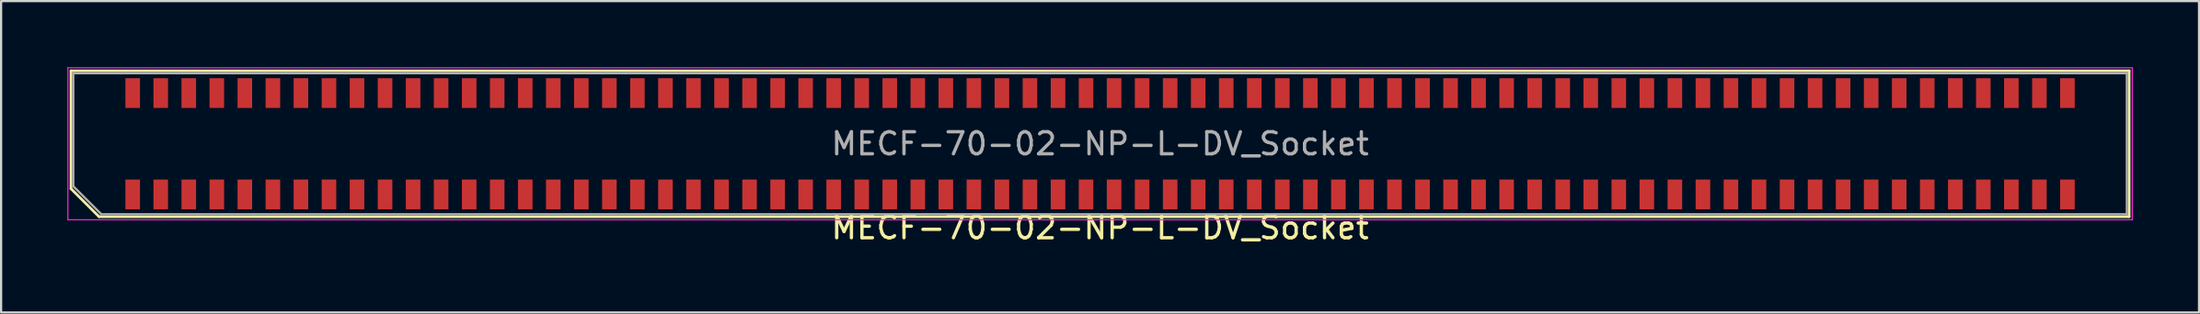
<source format=kicad_pcb>
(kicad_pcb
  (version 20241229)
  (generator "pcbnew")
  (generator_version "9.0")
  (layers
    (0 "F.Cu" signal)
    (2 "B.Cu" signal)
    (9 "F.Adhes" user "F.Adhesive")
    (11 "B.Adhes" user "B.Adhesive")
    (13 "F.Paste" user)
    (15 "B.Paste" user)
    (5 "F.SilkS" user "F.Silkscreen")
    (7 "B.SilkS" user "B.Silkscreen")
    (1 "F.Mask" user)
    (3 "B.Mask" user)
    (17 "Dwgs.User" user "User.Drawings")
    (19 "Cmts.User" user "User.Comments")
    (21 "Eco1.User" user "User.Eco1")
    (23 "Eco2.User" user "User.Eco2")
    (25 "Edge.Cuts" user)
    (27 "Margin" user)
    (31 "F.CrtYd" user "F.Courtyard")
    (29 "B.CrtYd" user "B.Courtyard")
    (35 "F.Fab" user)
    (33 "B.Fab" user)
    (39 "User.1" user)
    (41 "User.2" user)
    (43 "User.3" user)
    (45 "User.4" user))
  (footprint "MECF-70-02-NP-L-DV_Socket"
    (layer "F.Cu")
    (at 46.775 3.475)
    (property "Reference" "MECF-70-02-NP-L-DV_Socket" (at 0 3.81 0) (layer "F.SilkS") (effects (font (size 1 1) (thickness 0.15))))
    (attr smd)
    (fp_line (start -46.61 -3.31) (end 46.61 -3.31) (stroke (width 0.12) (type solid)) (layer "F.SilkS"))
    (fp_line (start -46.61 2.04) (end -46.61 -3.31) (stroke (width 0.12) (type solid)) (layer "F.SilkS"))
    (fp_line (start -45.34 3.31) (end -46.61 2.04) (stroke (width 0.12) (type solid)) (layer "F.SilkS"))
    (fp_line (start -45.34 3.31) (end 46.61 3.31) (stroke (width 0.12) (type solid)) (layer "F.SilkS"))
    (fp_line (start 46.61 3.31) (end 46.61 -3.31) (stroke (width 0.12) (type solid)) (layer "F.SilkS"))
    (fp_line (start -46.75 -3.45) (end -46.75 3.45) (stroke (width 0.05) (type solid)) (layer "F.CrtYd"))
    (fp_line (start -46.75 3.45) (end 46.75 3.45) (stroke (width 0.05) (type solid)) (layer "F.CrtYd"))
    (fp_line (start 46.75 -3.45) (end -46.75 -3.45) (stroke (width 0.05) (type solid)) (layer "F.CrtYd"))
    (fp_line (start 46.75 3.45) (end 46.75 -3.45) (stroke (width 0.05) (type solid)) (layer "F.CrtYd"))
    (fp_line (start -46.505 -3.2) (end 46.505 -3.2) (stroke (width 0.1) (type solid)) (layer "F.Fab"))
    (fp_line (start -46.505 1.93) (end -46.505 -3.2) (stroke (width 0.1) (type solid)) (layer "F.Fab"))
    (fp_line (start -46.505 1.93) (end -45.235 3.2) (stroke (width 0.1) (type solid)) (layer "F.Fab"))
    (fp_line (start -45.235 3.2) (end 46.505 3.2) (stroke (width 0.1) (type solid)) (layer "F.Fab"))
    (fp_line (start 46.505 3.2) (end 46.505 -3.2) (stroke (width 0.1) (type solid)) (layer "F.Fab"))
    (fp_text user "${REFERENCE}" (at 0 0 0) (layer "F.Fab") (effects (font (size 1 1) (thickness 0.15))))
    (pad "" np_thru_hole circle (at -45.595 0) (size 0.001 0.001) (drill 1.45) (layers "*.Cu" "*.Mask"))
    (pad "" np_thru_hole circle (at 45.595 1) (size 0.001 0.001) (drill 1.45) (layers "*.Cu" "*.Mask"))
    (pad "1" smd rect (at -43.815 2.3) (size 0.66 1.35) (layers "F.Cu" "F.Mask" "F.Paste"))
    (pad "2" smd rect (at -43.815 -2.3) (size 0.66 1.35) (layers "F.Cu" "F.Mask" "F.Paste"))
    (pad "3" smd rect (at -42.545 2.3) (size 0.66 1.35) (layers "F.Cu" "F.Mask" "F.Paste"))
    (pad "4" smd rect (at -42.545 -2.3) (size 0.66 1.35) (layers "F.Cu" "F.Mask" "F.Paste"))
    (pad "5" smd rect (at -41.275 2.3) (size 0.66 1.35) (layers "F.Cu" "F.Mask" "F.Paste"))
    (pad "6" smd rect (at -41.275 -2.3) (size 0.66 1.35) (layers "F.Cu" "F.Mask" "F.Paste"))
    (pad "7" smd rect (at -40.005 2.3) (size 0.66 1.35) (layers "F.Cu" "F.Mask" "F.Paste"))
    (pad "8" smd rect (at -40.005 -2.3) (size 0.66 1.35) (layers "F.Cu" "F.Mask" "F.Paste"))
    (pad "9" smd rect (at -38.735 2.3) (size 0.66 1.35) (layers "F.Cu" "F.Mask" "F.Paste"))
    (pad "10" smd rect (at -38.735 -2.3) (size 0.66 1.35) (layers "F.Cu" "F.Mask" "F.Paste"))
    (pad "11" smd rect (at -37.465 2.3) (size 0.66 1.35) (layers "F.Cu" "F.Mask" "F.Paste"))
    (pad "12" smd rect (at -37.465 -2.3) (size 0.66 1.35) (layers "F.Cu" "F.Mask" "F.Paste"))
    (pad "13" smd rect (at -36.195 2.3) (size 0.66 1.35) (layers "F.Cu" "F.Mask" "F.Paste"))
    (pad "14" smd rect (at -36.195 -2.3) (size 0.66 1.35) (layers "F.Cu" "F.Mask" "F.Paste"))
    (pad "15" smd rect (at -34.925 2.3) (size 0.66 1.35) (layers "F.Cu" "F.Mask" "F.Paste"))
    (pad "16" smd rect (at -34.925 -2.3) (size 0.66 1.35) (layers "F.Cu" "F.Mask" "F.Paste"))
    (pad "17" smd rect (at -33.655 2.3) (size 0.66 1.35) (layers "F.Cu" "F.Mask" "F.Paste"))
    (pad "18" smd rect (at -33.655 -2.3) (size 0.66 1.35) (layers "F.Cu" "F.Mask" "F.Paste"))
    (pad "19" smd rect (at -32.385 2.3) (size 0.66 1.35) (layers "F.Cu" "F.Mask" "F.Paste"))
    (pad "20" smd rect (at -32.385 -2.3) (size 0.66 1.35) (layers "F.Cu" "F.Mask" "F.Paste"))
    (pad "21" smd rect (at -31.115 2.3) (size 0.66 1.35) (layers "F.Cu" "F.Mask" "F.Paste"))
    (pad "22" smd rect (at -31.115 -2.3) (size 0.66 1.35) (layers "F.Cu" "F.Mask" "F.Paste"))
    (pad "23" smd rect (at -29.845 2.3) (size 0.66 1.35) (layers "F.Cu" "F.Mask" "F.Paste"))
    (pad "24" smd rect (at -29.845 -2.3) (size 0.66 1.35) (layers "F.Cu" "F.Mask" "F.Paste"))
    (pad "25" smd rect (at -28.575 2.3) (size 0.66 1.35) (layers "F.Cu" "F.Mask" "F.Paste"))
    (pad "26" smd rect (at -28.575 -2.3) (size 0.66 1.35) (layers "F.Cu" "F.Mask" "F.Paste"))
    (pad "27" smd rect (at -27.305 2.3) (size 0.66 1.35) (layers "F.Cu" "F.Mask" "F.Paste"))
    (pad "28" smd rect (at -27.305 -2.3) (size 0.66 1.35) (layers "F.Cu" "F.Mask" "F.Paste"))
    (pad "29" smd rect (at -26.035 2.3) (size 0.66 1.35) (layers "F.Cu" "F.Mask" "F.Paste"))
    (pad "30" smd rect (at -26.035 -2.3) (size 0.66 1.35) (layers "F.Cu" "F.Mask" "F.Paste"))
    (pad "31" smd rect (at -24.765 2.3) (size 0.66 1.35) (layers "F.Cu" "F.Mask" "F.Paste"))
    (pad "32" smd rect (at -24.765 -2.3) (size 0.66 1.35) (layers "F.Cu" "F.Mask" "F.Paste"))
    (pad "33" smd rect (at -23.495 2.3) (size 0.66 1.35) (layers "F.Cu" "F.Mask" "F.Paste"))
    (pad "34" smd rect (at -23.495 -2.3) (size 0.66 1.35) (layers "F.Cu" "F.Mask" "F.Paste"))
    (pad "35" smd rect (at -22.225 2.3) (size 0.66 1.35) (layers "F.Cu" "F.Mask" "F.Paste"))
    (pad "36" smd rect (at -22.225 -2.3) (size 0.66 1.35) (layers "F.Cu" "F.Mask" "F.Paste"))
    (pad "37" smd rect (at -20.955 2.3) (size 0.66 1.35) (layers "F.Cu" "F.Mask" "F.Paste"))
    (pad "38" smd rect (at -20.955 -2.3) (size 0.66 1.35) (layers "F.Cu" "F.Mask" "F.Paste"))
    (pad "39" smd rect (at -19.685 2.3) (size 0.66 1.35) (layers "F.Cu" "F.Mask" "F.Paste"))
    (pad "40" smd rect (at -19.685 -2.3) (size 0.66 1.35) (layers "F.Cu" "F.Mask" "F.Paste"))
    (pad "41" smd rect (at -18.415 2.3) (size 0.66 1.35) (layers "F.Cu" "F.Mask" "F.Paste"))
    (pad "42" smd rect (at -18.415 -2.3) (size 0.66 1.35) (layers "F.Cu" "F.Mask" "F.Paste"))
    (pad "43" smd rect (at -17.145 2.3) (size 0.66 1.35) (layers "F.Cu" "F.Mask" "F.Paste"))
    (pad "44" smd rect (at -17.145 -2.3) (size 0.66 1.35) (layers "F.Cu" "F.Mask" "F.Paste"))
    (pad "45" smd rect (at -15.875 2.3) (size 0.66 1.35) (layers "F.Cu" "F.Mask" "F.Paste"))
    (pad "46" smd rect (at -15.875 -2.3) (size 0.66 1.35) (layers "F.Cu" "F.Mask" "F.Paste"))
    (pad "47" smd rect (at -14.605 2.3) (size 0.66 1.35) (layers "F.Cu" "F.Mask" "F.Paste"))
    (pad "48" smd rect (at -14.605 -2.3) (size 0.66 1.35) (layers "F.Cu" "F.Mask" "F.Paste"))
    (pad "49" smd rect (at -13.335 2.3) (size 0.66 1.35) (layers "F.Cu" "F.Mask" "F.Paste"))
    (pad "50" smd rect (at -13.335 -2.3) (size 0.66 1.35) (layers "F.Cu" "F.Mask" "F.Paste"))
    (pad "51" smd rect (at -12.065 2.3) (size 0.66 1.35) (layers "F.Cu" "F.Mask" "F.Paste"))
    (pad "52" smd rect (at -12.065 -2.3) (size 0.66 1.35) (layers "F.Cu" "F.Mask" "F.Paste"))
    (pad "53" smd rect (at -10.795 2.3) (size 0.66 1.35) (layers "F.Cu" "F.Mask" "F.Paste"))
    (pad "54" smd rect (at -10.795 -2.3) (size 0.66 1.35) (layers "F.Cu" "F.Mask" "F.Paste"))
    (pad "55" smd rect (at -9.525 2.3) (size 0.66 1.35) (layers "F.Cu" "F.Mask" "F.Paste"))
    (pad "56" smd rect (at -9.525 -2.3) (size 0.66 1.35) (layers "F.Cu" "F.Mask" "F.Paste"))
    (pad "57" smd rect (at -8.255 2.3) (size 0.66 1.35) (layers "F.Cu" "F.Mask" "F.Paste"))
    (pad "58" smd rect (at -8.255 -2.3) (size 0.66 1.35) (layers "F.Cu" "F.Mask" "F.Paste"))
    (pad "59" smd rect (at -6.985 2.3) (size 0.66 1.35) (layers "F.Cu" "F.Mask" "F.Paste"))
    (pad "60" smd rect (at -6.985 -2.3) (size 0.66 1.35) (layers "F.Cu" "F.Mask" "F.Paste"))
    (pad "61" smd rect (at -5.715 2.3) (size 0.66 1.35) (layers "F.Cu" "F.Mask" "F.Paste"))
    (pad "62" smd rect (at -5.715 -2.3) (size 0.66 1.35) (layers "F.Cu" "F.Mask" "F.Paste"))
    (pad "63" smd rect (at -4.445 2.3) (size 0.66 1.35) (layers "F.Cu" "F.Mask" "F.Paste"))
    (pad "64" smd rect (at -4.445 -2.3) (size 0.66 1.35) (layers "F.Cu" "F.Mask" "F.Paste"))
    (pad "65" smd rect (at -3.175 2.3) (size 0.66 1.35) (layers "F.Cu" "F.Mask" "F.Paste"))
    (pad "66" smd rect (at -3.175 -2.3) (size 0.66 1.35) (layers "F.Cu" "F.Mask" "F.Paste"))
    (pad "67" smd rect (at -1.905 2.3) (size 0.66 1.35) (layers "F.Cu" "F.Mask" "F.Paste"))
    (pad "68" smd rect (at -1.905 -2.3) (size 0.66 1.35) (layers "F.Cu" "F.Mask" "F.Paste"))
    (pad "69" smd rect (at -0.635 2.3) (size 0.66 1.35) (layers "F.Cu" "F.Mask" "F.Paste"))
    (pad "70" smd rect (at -0.635 -2.3) (size 0.66 1.35) (layers "F.Cu" "F.Mask" "F.Paste"))
    (pad "71" smd rect (at 0.635 2.3) (size 0.66 1.35) (layers "F.Cu" "F.Mask" "F.Paste"))
    (pad "72" smd rect (at 0.635 -2.3) (size 0.66 1.35) (layers "F.Cu" "F.Mask" "F.Paste"))
    (pad "73" smd rect (at 1.905 2.3) (size 0.66 1.35) (layers "F.Cu" "F.Mask" "F.Paste"))
    (pad "74" smd rect (at 1.905 -2.3) (size 0.66 1.35) (layers "F.Cu" "F.Mask" "F.Paste"))
    (pad "75" smd rect (at 3.175 2.3) (size 0.66 1.35) (layers "F.Cu" "F.Mask" "F.Paste"))
    (pad "76" smd rect (at 3.175 -2.3) (size 0.66 1.35) (layers "F.Cu" "F.Mask" "F.Paste"))
    (pad "77" smd rect (at 4.445 2.3) (size 0.66 1.35) (layers "F.Cu" "F.Mask" "F.Paste"))
    (pad "78" smd rect (at 4.445 -2.3) (size 0.66 1.35) (layers "F.Cu" "F.Mask" "F.Paste"))
    (pad "79" smd rect (at 5.715 2.3) (size 0.66 1.35) (layers "F.Cu" "F.Mask" "F.Paste"))
    (pad "80" smd rect (at 5.715 -2.3) (size 0.66 1.35) (layers "F.Cu" "F.Mask" "F.Paste"))
    (pad "81" smd rect (at 6.985 2.3) (size 0.66 1.35) (layers "F.Cu" "F.Mask" "F.Paste"))
    (pad "82" smd rect (at 6.985 -2.3) (size 0.66 1.35) (layers "F.Cu" "F.Mask" "F.Paste"))
    (pad "83" smd rect (at 8.255 2.3) (size 0.66 1.35) (layers "F.Cu" "F.Mask" "F.Paste"))
    (pad "84" smd rect (at 8.255 -2.3) (size 0.66 1.35) (layers "F.Cu" "F.Mask" "F.Paste"))
    (pad "85" smd rect (at 9.525 2.3) (size 0.66 1.35) (layers "F.Cu" "F.Mask" "F.Paste"))
    (pad "86" smd rect (at 9.525 -2.3) (size 0.66 1.35) (layers "F.Cu" "F.Mask" "F.Paste"))
    (pad "87" smd rect (at 10.795 2.3) (size 0.66 1.35) (layers "F.Cu" "F.Mask" "F.Paste"))
    (pad "88" smd rect (at 10.795 -2.3) (size 0.66 1.35) (layers "F.Cu" "F.Mask" "F.Paste"))
    (pad "89" smd rect (at 12.065 2.3) (size 0.66 1.35) (layers "F.Cu" "F.Mask" "F.Paste"))
    (pad "90" smd rect (at 12.065 -2.3) (size 0.66 1.35) (layers "F.Cu" "F.Mask" "F.Paste"))
    (pad "91" smd rect (at 13.335 2.3) (size 0.66 1.35) (layers "F.Cu" "F.Mask" "F.Paste"))
    (pad "92" smd rect (at 13.335 -2.3) (size 0.66 1.35) (layers "F.Cu" "F.Mask" "F.Paste"))
    (pad "93" smd rect (at 14.605 2.3) (size 0.66 1.35) (layers "F.Cu" "F.Mask" "F.Paste"))
    (pad "94" smd rect (at 14.605 -2.3) (size 0.66 1.35) (layers "F.Cu" "F.Mask" "F.Paste"))
    (pad "95" smd rect (at 15.875 2.3) (size 0.66 1.35) (layers "F.Cu" "F.Mask" "F.Paste"))
    (pad "96" smd rect (at 15.875 -2.3) (size 0.66 1.35) (layers "F.Cu" "F.Mask" "F.Paste"))
    (pad "97" smd rect (at 17.145 2.3) (size 0.66 1.35) (layers "F.Cu" "F.Mask" "F.Paste"))
    (pad "98" smd rect (at 17.145 -2.3) (size 0.66 1.35) (layers "F.Cu" "F.Mask" "F.Paste"))
    (pad "99" smd rect (at 18.415 2.3) (size 0.66 1.35) (layers "F.Cu" "F.Mask" "F.Paste"))
    (pad "100" smd rect (at 18.415 -2.3) (size 0.66 1.35) (layers "F.Cu" "F.Mask" "F.Paste"))
    (pad "101" smd rect (at 19.685 2.3) (size 0.66 1.35) (layers "F.Cu" "F.Mask" "F.Paste"))
    (pad "102" smd rect (at 19.685 -2.3) (size 0.66 1.35) (layers "F.Cu" "F.Mask" "F.Paste"))
    (pad "103" smd rect (at 20.955 2.3) (size 0.66 1.35) (layers "F.Cu" "F.Mask" "F.Paste"))
    (pad "104" smd rect (at 20.955 -2.3) (size 0.66 1.35) (layers "F.Cu" "F.Mask" "F.Paste"))
    (pad "105" smd rect (at 22.225 2.3) (size 0.66 1.35) (layers "F.Cu" "F.Mask" "F.Paste"))
    (pad "106" smd rect (at 22.225 -2.3) (size 0.66 1.35) (layers "F.Cu" "F.Mask" "F.Paste"))
    (pad "107" smd rect (at 23.495 2.3) (size 0.66 1.35) (layers "F.Cu" "F.Mask" "F.Paste"))
    (pad "108" smd rect (at 23.495 -2.3) (size 0.66 1.35) (layers "F.Cu" "F.Mask" "F.Paste"))
    (pad "109" smd rect (at 24.765 2.3) (size 0.66 1.35) (layers "F.Cu" "F.Mask" "F.Paste"))
    (pad "110" smd rect (at 24.765 -2.3) (size 0.66 1.35) (layers "F.Cu" "F.Mask" "F.Paste"))
    (pad "111" smd rect (at 26.035 2.3) (size 0.66 1.35) (layers "F.Cu" "F.Mask" "F.Paste"))
    (pad "112" smd rect (at 26.035 -2.3) (size 0.66 1.35) (layers "F.Cu" "F.Mask" "F.Paste"))
    (pad "113" smd rect (at 27.305 2.3) (size 0.66 1.35) (layers "F.Cu" "F.Mask" "F.Paste"))
    (pad "114" smd rect (at 27.305 -2.3) (size 0.66 1.35) (layers "F.Cu" "F.Mask" "F.Paste"))
    (pad "115" smd rect (at 28.575 2.3) (size 0.66 1.35) (layers "F.Cu" "F.Mask" "F.Paste"))
    (pad "116" smd rect (at 28.575 -2.3) (size 0.66 1.35) (layers "F.Cu" "F.Mask" "F.Paste"))
    (pad "117" smd rect (at 29.845 2.3) (size 0.66 1.35) (layers "F.Cu" "F.Mask" "F.Paste"))
    (pad "118" smd rect (at 29.845 -2.3) (size 0.66 1.35) (layers "F.Cu" "F.Mask" "F.Paste"))
    (pad "119" smd rect (at 31.115 2.3) (size 0.66 1.35) (layers "F.Cu" "F.Mask" "F.Paste"))
    (pad "120" smd rect (at 31.115 -2.3) (size 0.66 1.35) (layers "F.Cu" "F.Mask" "F.Paste"))
    (pad "121" smd rect (at 32.385 2.3) (size 0.66 1.35) (layers "F.Cu" "F.Mask" "F.Paste"))
    (pad "122" smd rect (at 32.385 -2.3) (size 0.66 1.35) (layers "F.Cu" "F.Mask" "F.Paste"))
    (pad "123" smd rect (at 33.655 2.3) (size 0.66 1.35) (layers "F.Cu" "F.Mask" "F.Paste"))
    (pad "124" smd rect (at 33.655 -2.3) (size 0.66 1.35) (layers "F.Cu" "F.Mask" "F.Paste"))
    (pad "125" smd rect (at 34.925 2.3) (size 0.66 1.35) (layers "F.Cu" "F.Mask" "F.Paste"))
    (pad "126" smd rect (at 34.925 -2.3) (size 0.66 1.35) (layers "F.Cu" "F.Mask" "F.Paste"))
    (pad "127" smd rect (at 36.195 2.3) (size 0.66 1.35) (layers "F.Cu" "F.Mask" "F.Paste"))
    (pad "128" smd rect (at 36.195 -2.3) (size 0.66 1.35) (layers "F.Cu" "F.Mask" "F.Paste"))
    (pad "129" smd rect (at 37.465 2.3) (size 0.66 1.35) (layers "F.Cu" "F.Mask" "F.Paste"))
    (pad "130" smd rect (at 37.465 -2.3) (size 0.66 1.35) (layers "F.Cu" "F.Mask" "F.Paste"))
    (pad "131" smd rect (at 38.735 2.3) (size 0.66 1.35) (layers "F.Cu" "F.Mask" "F.Paste"))
    (pad "132" smd rect (at 38.735 -2.3) (size 0.66 1.35) (layers "F.Cu" "F.Mask" "F.Paste"))
    (pad "133" smd rect (at 40.005 2.3) (size 0.66 1.35) (layers "F.Cu" "F.Mask" "F.Paste"))
    (pad "134" smd rect (at 40.005 -2.3) (size 0.66 1.35) (layers "F.Cu" "F.Mask" "F.Paste"))
    (pad "135" smd rect (at 41.275 2.3) (size 0.66 1.35) (layers "F.Cu" "F.Mask" "F.Paste"))
    (pad "136" smd rect (at 41.275 -2.3) (size 0.66 1.35) (layers "F.Cu" "F.Mask" "F.Paste"))
    (pad "137" smd rect (at 42.545 2.3) (size 0.66 1.35) (layers "F.Cu" "F.Mask" "F.Paste"))
    (pad "138" smd rect (at 42.545 -2.3) (size 0.66 1.35) (layers "F.Cu" "F.Mask" "F.Paste"))
    (pad "139" smd rect (at 43.815 2.3) (size 0.66 1.35) (layers "F.Cu" "F.Mask" "F.Paste"))
    (pad "140" smd rect (at 43.815 -2.3) (size 0.66 1.35) (layers "F.Cu" "F.Mask" "F.Paste")))
  (gr_rect
    (start -3 -3)
    (end 96.55 11.133)
    (stroke (width 0.1) (type default))
    (fill no)
    (layer "Edge.Cuts")))
</source>
